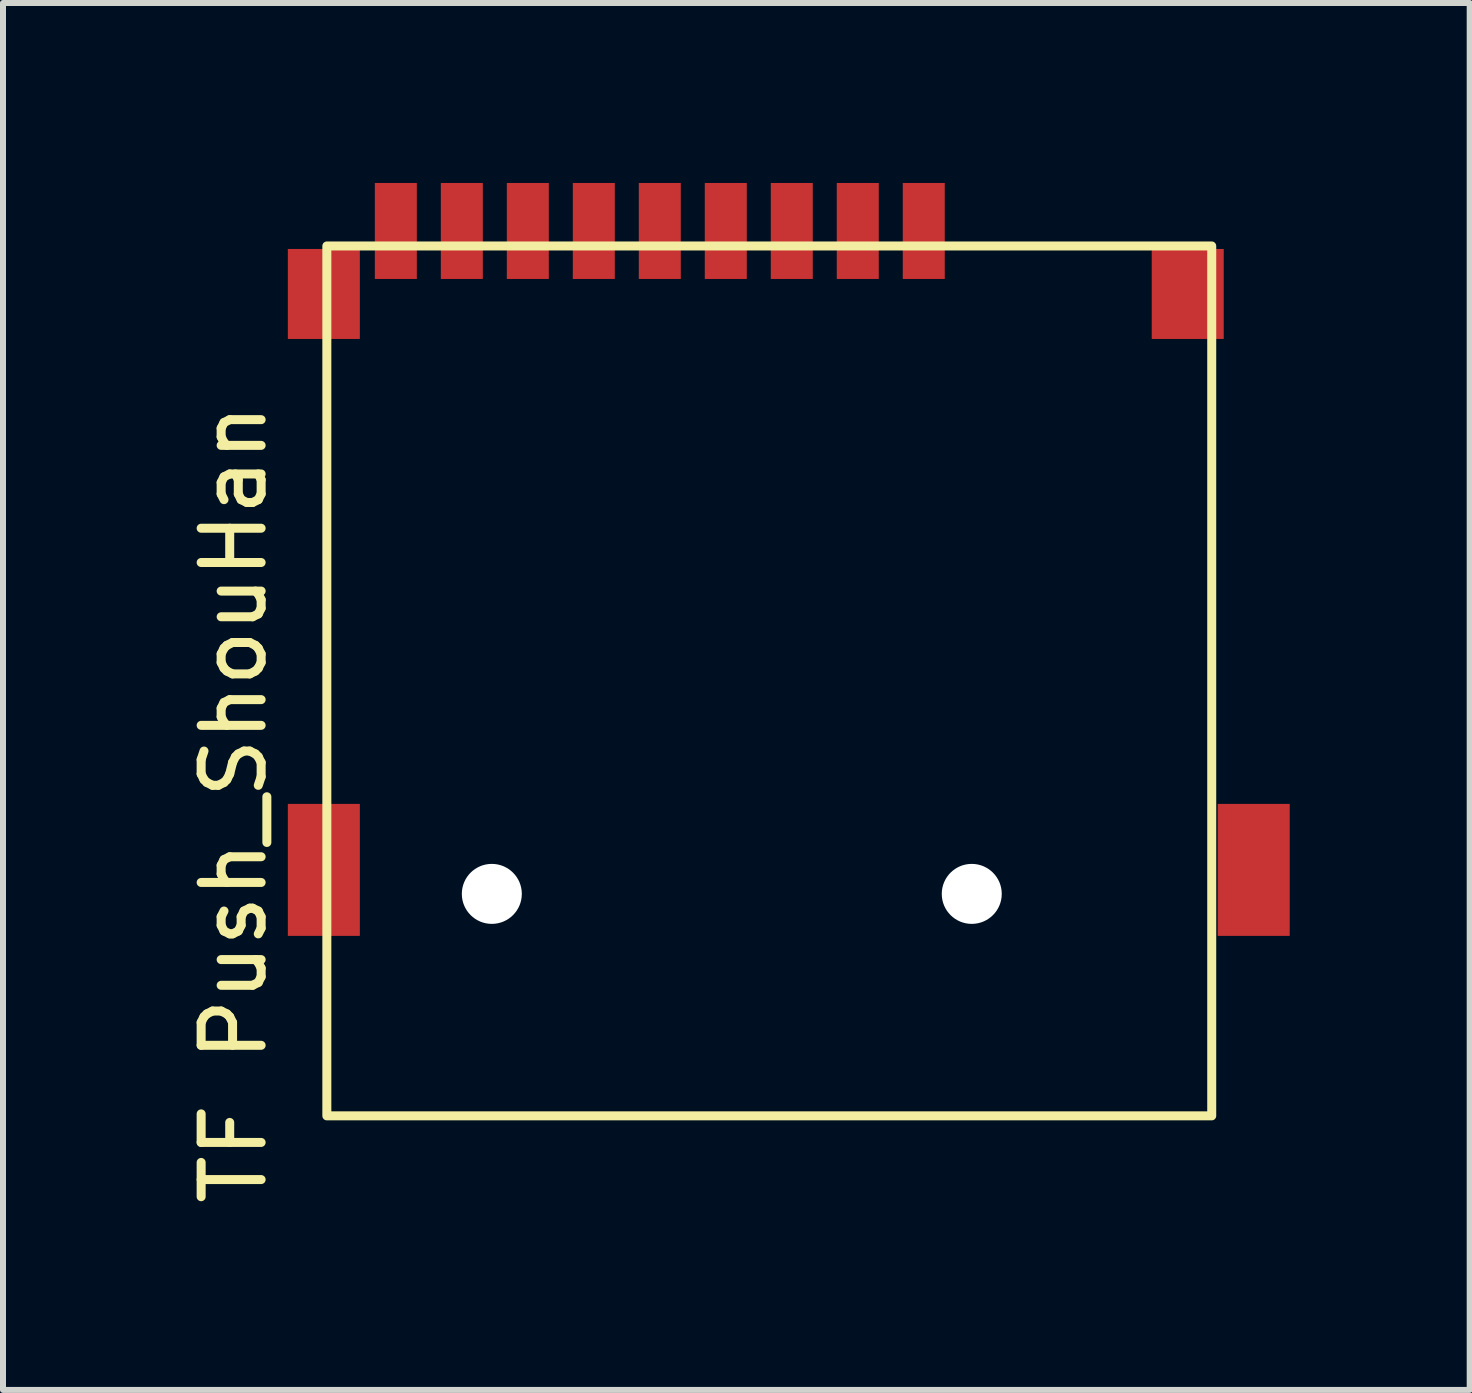
<source format=kicad_pcb>
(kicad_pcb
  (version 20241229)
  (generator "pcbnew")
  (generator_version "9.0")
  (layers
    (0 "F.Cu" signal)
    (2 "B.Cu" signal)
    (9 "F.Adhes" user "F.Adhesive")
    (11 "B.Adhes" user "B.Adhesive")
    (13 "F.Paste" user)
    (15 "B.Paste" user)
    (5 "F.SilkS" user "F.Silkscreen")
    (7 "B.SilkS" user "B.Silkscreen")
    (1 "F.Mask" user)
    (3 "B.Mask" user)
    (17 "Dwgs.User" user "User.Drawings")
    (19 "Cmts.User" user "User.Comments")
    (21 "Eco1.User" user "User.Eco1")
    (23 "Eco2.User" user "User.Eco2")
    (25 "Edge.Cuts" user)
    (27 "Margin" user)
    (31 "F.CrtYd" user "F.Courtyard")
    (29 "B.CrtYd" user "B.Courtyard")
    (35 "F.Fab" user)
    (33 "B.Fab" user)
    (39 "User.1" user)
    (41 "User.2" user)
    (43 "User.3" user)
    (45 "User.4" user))
  (footprint "TF Push_ShouHan"
    (layer "F.Cu")
    (at 2.948 2.6)
    (property "Reference" "TF Push_ShouHan" (at -2.1 7.75 90) (unlocked yes) (layer "F.SilkS") (effects (font (size 1 1) (thickness 0.15))))
    (attr smd)
    (fp_rect (start -0.55 -1.55) (end 14.2 12.95) (stroke (width 0.15) (type default)) (fill no) (layer "F.SilkS"))
    (pad "" smd rect (at -0.6 -0.75) (size 1.2 1.5) (layers "F.Cu" "F.Mask" "F.Paste"))
    (pad "" smd rect (at -0.6 8.85) (size 1.2 2.2) (layers "F.Cu" "F.Mask" "F.Paste"))
    (pad "" np_thru_hole circle (at 2.2 9.25) (size 1 1) (drill 1) (layers "*.Cu" "*.Mask"))
    (pad "" np_thru_hole circle (at 10.2 9.25) (size 1 1) (drill 1) (layers "*.Cu" "*.Mask"))
    (pad "" smd rect (at 13.8 -0.75) (size 1.2 1.5) (layers "F.Cu" "F.Mask" "F.Paste"))
    (pad "" smd rect (at 14.9 8.85) (size 1.2 2.2) (layers "F.Cu" "F.Mask" "F.Paste"))
    (pad "1" smd rect (at 9.4 -1.8) (size 0.7 1.6) (layers "F.Cu" "F.Mask" "F.Paste"))
    (pad "2" smd rect (at 8.3 -1.8) (size 0.7 1.6) (layers "F.Cu" "F.Mask" "F.Paste"))
    (pad "3" smd rect (at 7.2 -1.8) (size 0.7 1.6) (layers "F.Cu" "F.Mask" "F.Paste"))
    (pad "4" smd rect (at 6.1 -1.8) (size 0.7 1.6) (layers "F.Cu" "F.Mask" "F.Paste"))
    (pad "5" smd rect (at 5 -1.8) (size 0.7 1.6) (layers "F.Cu" "F.Mask" "F.Paste"))
    (pad "6" smd rect (at 3.9 -1.8) (size 0.7 1.6) (layers "F.Cu" "F.Mask" "F.Paste"))
    (pad "7" smd rect (at 2.8 -1.8) (size 0.7 1.6) (layers "F.Cu" "F.Mask" "F.Paste"))
    (pad "8" smd rect (at 1.7 -1.8) (size 0.7 1.6) (layers "F.Cu" "F.Mask" "F.Paste"))
    (pad "Cd" smd rect (at 0.6 -1.8) (size 0.7 1.6) (layers "F.Cu" "F.Mask" "F.Paste")))
  (gr_rect
    (start -3 -3)
    (end 21.448 20.118)
    (stroke (width 0.1) (type default))
    (fill no)
    (layer "Edge.Cuts")))
</source>
